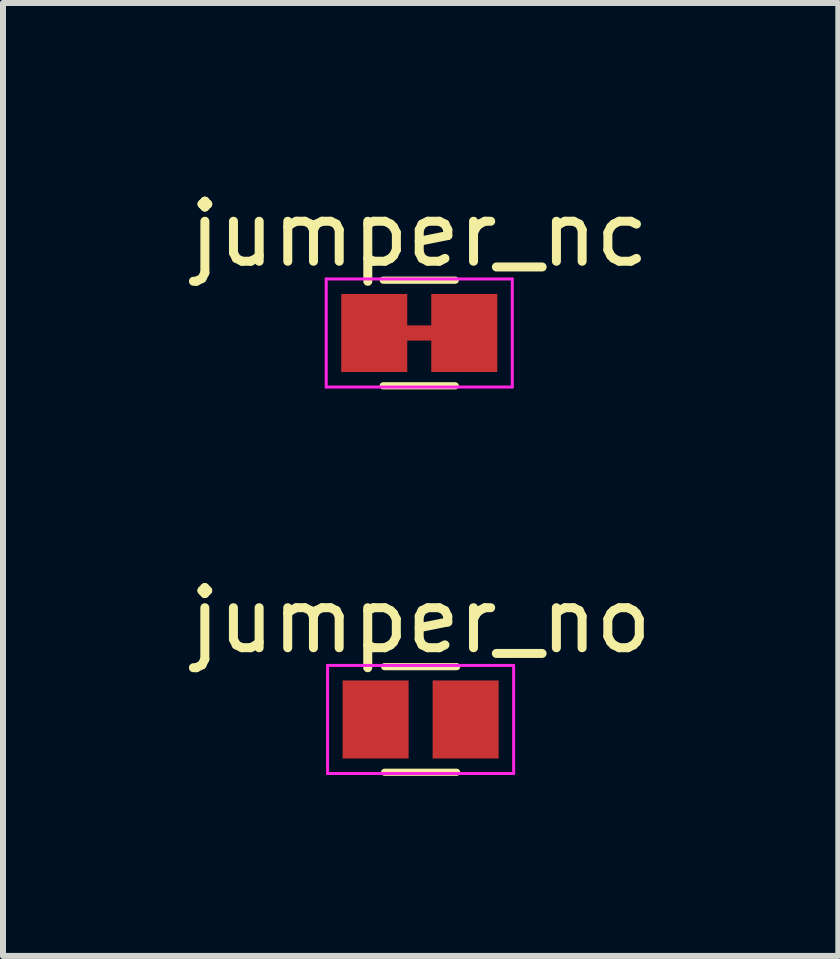
<source format=kicad_pcb>
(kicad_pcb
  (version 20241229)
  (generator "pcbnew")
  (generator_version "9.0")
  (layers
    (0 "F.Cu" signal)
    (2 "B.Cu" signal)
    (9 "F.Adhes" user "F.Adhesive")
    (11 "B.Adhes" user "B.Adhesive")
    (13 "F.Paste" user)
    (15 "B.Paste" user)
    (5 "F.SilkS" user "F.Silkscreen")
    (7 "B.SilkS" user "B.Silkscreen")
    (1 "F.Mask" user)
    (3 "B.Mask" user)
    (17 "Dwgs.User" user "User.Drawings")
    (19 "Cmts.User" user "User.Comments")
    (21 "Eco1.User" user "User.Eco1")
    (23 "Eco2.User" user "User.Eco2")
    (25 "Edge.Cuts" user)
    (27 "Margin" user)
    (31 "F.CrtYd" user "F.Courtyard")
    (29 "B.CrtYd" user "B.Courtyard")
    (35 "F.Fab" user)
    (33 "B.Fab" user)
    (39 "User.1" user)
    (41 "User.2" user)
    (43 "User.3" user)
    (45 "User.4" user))
  (footprint "jumper_nc"
    (layer "F.Cu")
    (at 3.935 2.498)
    (property "Reference" "jumper_nc" (at 0 -1.65 0) (layer "F.SilkS") (effects (font (size 1 1) (thickness 0.15))))
    (attr smd)
    (fp_line (start -0.762 0) (end 0.762 0) (stroke (width 0.254) (type solid)) (layer "F.Cu"))
    (fp_line (start -0.6 -0.88) (end 0.6 -0.88) (stroke (width 0.12) (type solid)) (layer "F.SilkS"))
    (fp_line (start 0.6 0.88) (end -0.6 0.88) (stroke (width 0.12) (type solid)) (layer "F.SilkS"))
    (fp_line (start -1.55 -0.9) (end -1.55 0.9) (stroke (width 0.05) (type solid)) (layer "F.CrtYd"))
    (fp_line (start -1.55 -0.9) (end 1.55 -0.9) (stroke (width 0.05) (type solid)) (layer "F.CrtYd"))
    (fp_line (start 1.55 0.9) (end -1.55 0.9) (stroke (width 0.05) (type solid)) (layer "F.CrtYd"))
    (fp_line (start 1.55 0.9) (end 1.55 -0.9) (stroke (width 0.05) (type solid)) (layer "F.CrtYd"))
    (pad "" smd rect (at 0 0) (size 2.6 1.3) (layers "F.Mask"))
    (pad "1" smd rect (at -0.75 0) (size 1.1 1.3) (layers "F.Cu"))
    (pad "2" smd rect (at 0.75 0) (size 1.1 1.3) (layers "F.Cu")))
  (footprint "jumper_no"
    (layer "F.Cu")
    (at 3.958 8.937)
    (property "Reference" "jumper_no" (at 0 -1.65 0) (layer "F.SilkS") (effects (font (size 1 1) (thickness 0.15))))
    (attr smd)
    (fp_line (start -0.6 -0.88) (end 0.6 -0.88) (stroke (width 0.12) (type solid)) (layer "F.SilkS"))
    (fp_line (start 0.6 0.88) (end -0.6 0.88) (stroke (width 0.12) (type solid)) (layer "F.SilkS"))
    (fp_line (start -1.55 -0.9) (end -1.55 0.9) (stroke (width 0.05) (type solid)) (layer "F.CrtYd"))
    (fp_line (start -1.55 -0.9) (end 1.55 -0.9) (stroke (width 0.05) (type solid)) (layer "F.CrtYd"))
    (fp_line (start 1.55 0.9) (end -1.55 0.9) (stroke (width 0.05) (type solid)) (layer "F.CrtYd"))
    (fp_line (start 1.55 0.9) (end 1.55 -0.9) (stroke (width 0.05) (type solid)) (layer "F.CrtYd"))
    (pad "" smd rect (at 0 0) (size 2.6 1.3) (layers "F.Mask"))
    (pad "1" smd rect (at -0.75 0) (size 1.1 1.3) (layers "F.Cu"))
    (pad "2" smd rect (at 0.75 0) (size 1.1 1.3) (layers "F.Cu")))
  (gr_rect
    (start -3 -3)
    (end 10.917 12.877)
    (stroke (width 0.1) (type default))
    (fill no)
    (layer "Edge.Cuts")))
</source>
